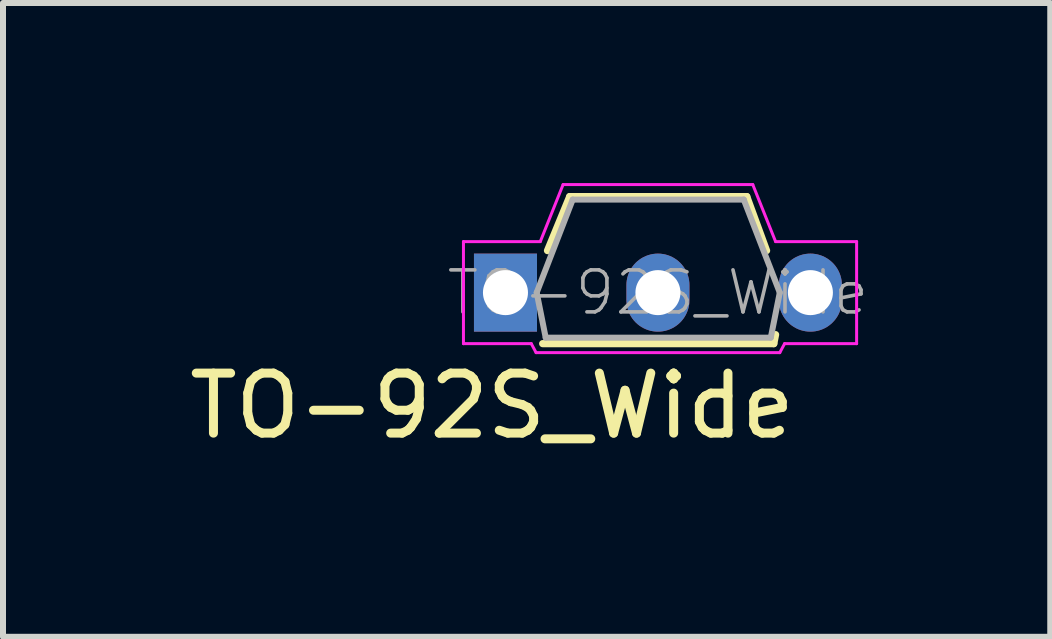
<source format=kicad_pcb>
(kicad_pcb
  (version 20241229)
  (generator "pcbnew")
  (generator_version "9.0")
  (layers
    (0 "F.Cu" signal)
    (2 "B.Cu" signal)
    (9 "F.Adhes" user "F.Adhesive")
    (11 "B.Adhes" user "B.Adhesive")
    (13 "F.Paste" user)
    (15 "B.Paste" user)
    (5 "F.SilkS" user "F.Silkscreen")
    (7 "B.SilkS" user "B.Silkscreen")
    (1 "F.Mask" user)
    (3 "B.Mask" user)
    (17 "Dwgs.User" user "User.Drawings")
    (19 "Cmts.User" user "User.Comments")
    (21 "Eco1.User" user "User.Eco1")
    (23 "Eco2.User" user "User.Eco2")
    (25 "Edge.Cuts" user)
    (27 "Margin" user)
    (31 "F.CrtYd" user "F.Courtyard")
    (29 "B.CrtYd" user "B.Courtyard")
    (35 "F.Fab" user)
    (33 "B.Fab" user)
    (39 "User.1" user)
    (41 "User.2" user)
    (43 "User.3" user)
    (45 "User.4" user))
  (footprint "TO-92S_Wide"
    (layer "F.Cu")
    (at 5.371 1.825)
    (property "Reference" "TO-92S_Wide" (at -0.222 1.886 0) (layer "F.SilkS") (effects (font (size 1 1) (thickness 0.15))))
    (attr through_hole)
    (fp_line (start 0.62 0.85) (end 4.47 0.85) (stroke (width 0.12) (type solid)) (layer "F.SilkS"))
    (fp_line (start 1.07 -1.6) (end 0.7 -0.7) (stroke (width 0.12) (type solid)) (layer "F.SilkS"))
    (fp_line (start 4.02 -1.6) (end 1.07 -1.6) (stroke (width 0.12) (type solid)) (layer "F.SilkS"))
    (fp_line (start 4.35 -0.7) (end 4.02 -1.6) (stroke (width 0.12) (type solid)) (layer "F.SilkS"))
    (fp_line (start 4.47 0.85) (end 4.5 0.7) (stroke (width 0.12) (type solid)) (layer "F.SilkS"))
    (fp_line (start -0.7 -0.85) (end -0.7 0.85) (stroke (width 0.05) (type solid)) (layer "F.CrtYd"))
    (fp_line (start -0.7 0.85) (end 0.43 0.85) (stroke (width 0.05) (type solid)) (layer "F.CrtYd"))
    (fp_line (start 0.51 1) (end 0.43 0.85) (stroke (width 0.05) (type solid)) (layer "F.CrtYd"))
    (fp_line (start 0.51 1) (end 4.57 1) (stroke (width 0.05) (type solid)) (layer "F.CrtYd"))
    (fp_line (start 0.58 -0.85) (end -0.7 -0.85) (stroke (width 0.05) (type solid)) (layer "F.CrtYd"))
    (fp_line (start 0.58 -0.85) (end 0.96 -1.8) (stroke (width 0.05) (type solid)) (layer "F.CrtYd"))
    (fp_line (start 4.12 -1.8) (end 0.96 -1.8) (stroke (width 0.05) (type solid)) (layer "F.CrtYd"))
    (fp_line (start 4.5 -0.85) (end 4.12 -1.8) (stroke (width 0.05) (type solid)) (layer "F.CrtYd"))
    (fp_line (start 4.5 -0.85) (end 5.85 -0.85) (stroke (width 0.05) (type solid)) (layer "F.CrtYd"))
    (fp_line (start 4.57 1) (end 4.65 0.85) (stroke (width 0.05) (type solid)) (layer "F.CrtYd"))
    (fp_line (start 5.85 -0.85) (end 5.85 0.85) (stroke (width 0.05) (type solid)) (layer "F.CrtYd"))
    (fp_line (start 5.85 0.85) (end 4.65 0.85) (stroke (width 0.05) (type solid)) (layer "F.CrtYd"))
    (fp_line (start 0.52 0) (end 1.12 -1.55) (stroke (width 0.1) (type solid)) (layer "F.Fab"))
    (fp_line (start 0.67 0.75) (end 0.52 0) (stroke (width 0.1) (type solid)) (layer "F.Fab"))
    (fp_line (start 0.67 0.75) (end 4.42 0.75) (stroke (width 0.1) (type solid)) (layer "F.Fab"))
    (fp_line (start 1.12 -1.55) (end 3.97 -1.55) (stroke (width 0.1) (type solid)) (layer "F.Fab"))
    (fp_line (start 4.42 0.75) (end 4.57 0) (stroke (width 0.1) (type solid)) (layer "F.Fab"))
    (fp_line (start 4.57 0) (end 3.97 -1.55) (stroke (width 0.1) (type solid)) (layer "F.Fab"))
    (fp_text user "${REFERENCE}" (at 2.54 0 0) (layer "F.Fab") (effects (font (size 0.7 0.7) (thickness 0.06))))
    (pad "1" thru_hole rect (at 0 0) (size 1.05 1.3) (drill 0.75) (layers "*.Cu" "*.Mask"))
    (pad "2" thru_hole oval (at 2.54 0) (size 1.05 1.3) (drill 0.75) (layers "*.Cu" "*.Mask"))
    (pad "3" thru_hole oval (at 5.08 0) (size 1.05 1.3) (drill 0.75) (layers "*.Cu" "*.Mask")))
  (gr_rect
    (start -3 -3)
    (end 14.447 7.559)
    (stroke (width 0.1) (type default))
    (fill no)
    (layer "Edge.Cuts")))
</source>
